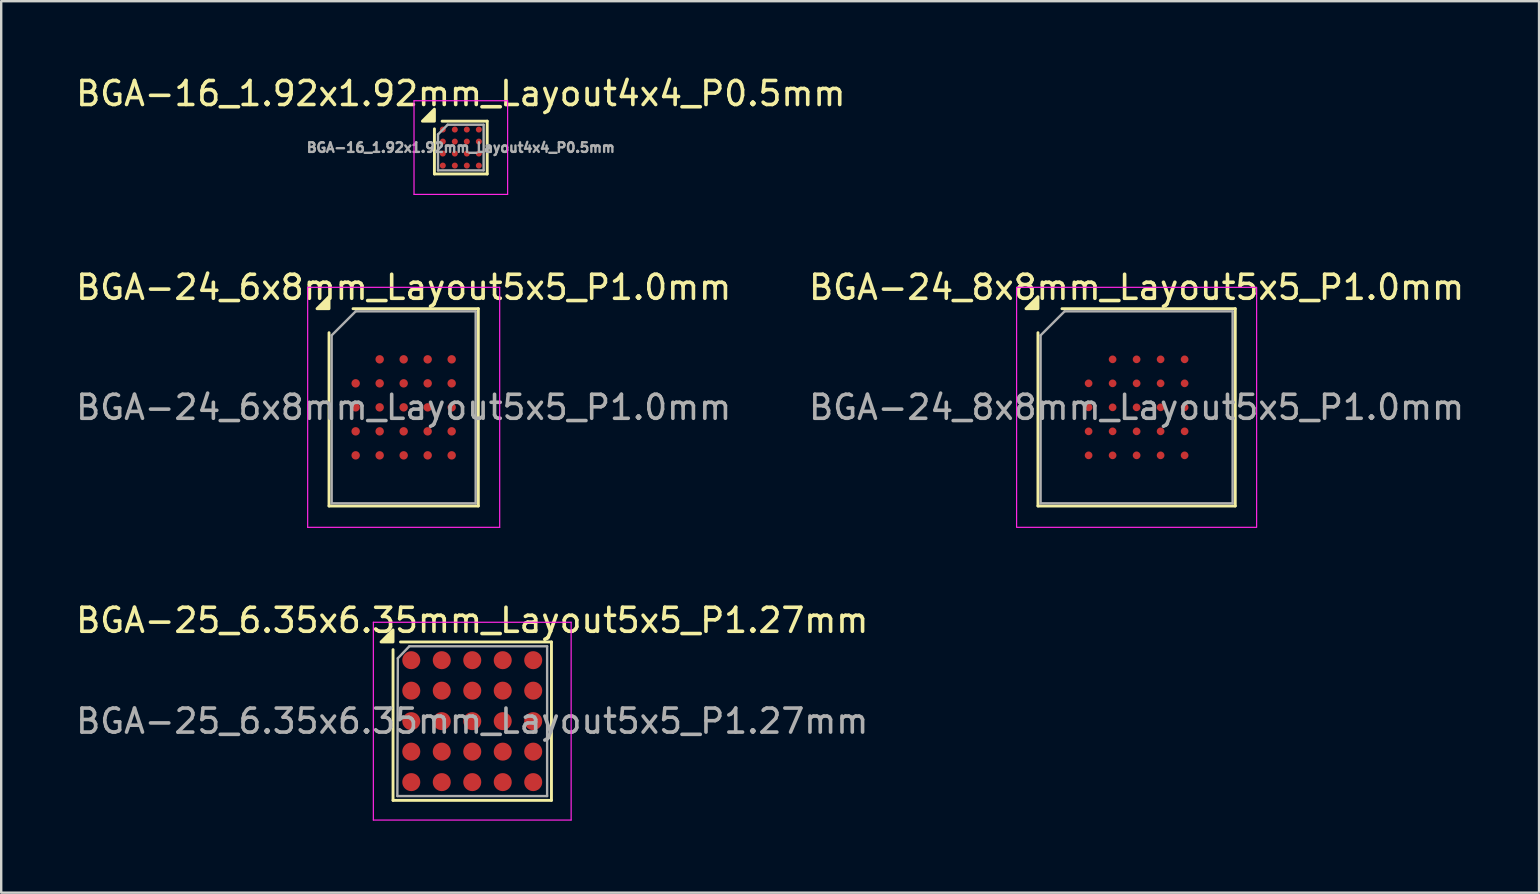
<source format=kicad_pcb>
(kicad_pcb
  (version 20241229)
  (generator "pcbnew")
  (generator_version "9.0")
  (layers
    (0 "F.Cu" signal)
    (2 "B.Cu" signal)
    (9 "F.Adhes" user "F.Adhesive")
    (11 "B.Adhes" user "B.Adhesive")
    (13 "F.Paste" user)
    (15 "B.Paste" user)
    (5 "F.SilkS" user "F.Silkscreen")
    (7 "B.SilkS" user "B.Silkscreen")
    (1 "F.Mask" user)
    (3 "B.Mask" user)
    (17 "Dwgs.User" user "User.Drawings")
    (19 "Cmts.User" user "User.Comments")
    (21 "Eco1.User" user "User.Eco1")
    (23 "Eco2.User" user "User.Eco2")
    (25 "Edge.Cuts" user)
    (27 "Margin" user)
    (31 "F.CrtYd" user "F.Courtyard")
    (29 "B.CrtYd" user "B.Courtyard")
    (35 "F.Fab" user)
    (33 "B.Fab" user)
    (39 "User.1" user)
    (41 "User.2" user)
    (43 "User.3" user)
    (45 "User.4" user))
  (footprint "BGA-25_6.35x6.35mm_Layout5x5_P1.27mm"
    (layer "F.Cu")
    (at 16.625 26.995)
    (property "Reference" "BGA-25_6.35x6.35mm_Layout5x5_P1.27mm" (at 0 -4.2 0) (layer "F.SilkS") (effects (font (size 1 1) (thickness 0.15))))
    (attr smd)
    (fp_line (start -3.3 3.3) (end -3.3 -2.98) (stroke (width 0.12) (type solid)) (layer "F.SilkS"))
    (fp_line (start -2.99 -3.3) (end 3.3 -3.3) (stroke (width 0.12) (type solid)) (layer "F.SilkS"))
    (fp_line (start 3.3 -3.3) (end 3.3 3.3) (stroke (width 0.12) (type solid)) (layer "F.SilkS"))
    (fp_line (start 3.3 3.3) (end -3.3 3.3) (stroke (width 0.12) (type solid)) (layer "F.SilkS"))
    (fp_poly (pts (xy -3.3 -3.3) (xy -3.8 -3.3) (xy -3.3 -3.8) (xy -3.3 -3.3)) (stroke (width 0.12) (type solid)) (fill yes) (layer "F.SilkS"))
    (fp_line (start -4.12 -4.12) (end -4.12 4.12) (stroke (width 0.05) (type solid)) (layer "F.CrtYd"))
    (fp_line (start -4.12 -4.12) (end 4.12 -4.12) (stroke (width 0.05) (type solid)) (layer "F.CrtYd"))
    (fp_line (start 4.12 4.12) (end -4.12 4.12) (stroke (width 0.05) (type solid)) (layer "F.CrtYd"))
    (fp_line (start 4.12 4.12) (end 4.12 -4.12) (stroke (width 0.05) (type solid)) (layer "F.CrtYd"))
    (fp_line (start -3.12 3.12) (end -3.1 -2.62) (stroke (width 0.1) (type solid)) (layer "F.Fab"))
    (fp_line (start -3.1 -2.62) (end -2.62 -3.12) (stroke (width 0.1) (type solid)) (layer "F.Fab"))
    (fp_line (start -2.62 -3.12) (end 3.12 -3.12) (stroke (width 0.1) (type solid)) (layer "F.Fab"))
    (fp_line (start 3.12 -3.12) (end 3.12 3.12) (stroke (width 0.1) (type solid)) (layer "F.Fab"))
    (fp_line (start 3.12 3.12) (end -3.12 3.12) (stroke (width 0.1) (type solid)) (layer "F.Fab"))
    (fp_text user "${REFERENCE}" (at 0 0 0) (layer "F.Fab") (effects (font (size 1 1) (thickness 0.15))))
    (pad "A1" smd circle (at -2.54 -2.54) (size 0.75 0.75) (property pad_prop_bga) (layers "F.Cu" "F.Mask" "F.Paste"))
    (pad "A2" smd circle (at -1.27 -2.54) (size 0.75 0.75) (property pad_prop_bga) (layers "F.Cu" "F.Mask" "F.Paste"))
    (pad "A3" smd circle (at 0 -2.54) (size 0.75 0.75) (property pad_prop_bga) (layers "F.Cu" "F.Mask" "F.Paste"))
    (pad "A4" smd circle (at 1.27 -2.54) (size 0.75 0.75) (property pad_prop_bga) (layers "F.Cu" "F.Mask" "F.Paste"))
    (pad "A5" smd circle (at 2.54 -2.54) (size 0.75 0.75) (property pad_prop_bga) (layers "F.Cu" "F.Mask" "F.Paste"))
    (pad "B1" smd circle (at -2.54 -1.27) (size 0.75 0.75) (property pad_prop_bga) (layers "F.Cu" "F.Mask" "F.Paste"))
    (pad "B2" smd circle (at -1.27 -1.27) (size 0.75 0.75) (property pad_prop_bga) (layers "F.Cu" "F.Mask" "F.Paste"))
    (pad "B3" smd circle (at 0 -1.27) (size 0.75 0.75) (property pad_prop_bga) (layers "F.Cu" "F.Mask" "F.Paste"))
    (pad "B4" smd circle (at 1.27 -1.27) (size 0.75 0.75) (property pad_prop_bga) (layers "F.Cu" "F.Mask" "F.Paste"))
    (pad "B5" smd circle (at 2.54 -1.27) (size 0.75 0.75) (property pad_prop_bga) (layers "F.Cu" "F.Mask" "F.Paste"))
    (pad "C1" smd circle (at -2.54 0) (size 0.75 0.75) (property pad_prop_bga) (layers "F.Cu" "F.Mask" "F.Paste"))
    (pad "C2" smd circle (at -1.27 0) (size 0.75 0.75) (property pad_prop_bga) (layers "F.Cu" "F.Mask" "F.Paste"))
    (pad "C3" smd circle (at 0 0) (size 0.75 0.75) (property pad_prop_bga) (layers "F.Cu" "F.Mask" "F.Paste"))
    (pad "C4" smd circle (at 1.27 0) (size 0.75 0.75) (property pad_prop_bga) (layers "F.Cu" "F.Mask" "F.Paste"))
    (pad "C5" smd circle (at 2.54 0) (size 0.75 0.75) (property pad_prop_bga) (layers "F.Cu" "F.Mask" "F.Paste"))
    (pad "D1" smd circle (at -2.54 1.27) (size 0.75 0.75) (property pad_prop_bga) (layers "F.Cu" "F.Mask" "F.Paste"))
    (pad "D2" smd circle (at -1.27 1.27) (size 0.75 0.75) (property pad_prop_bga) (layers "F.Cu" "F.Mask" "F.Paste"))
    (pad "D3" smd circle (at 0 1.27) (size 0.75 0.75) (property pad_prop_bga) (layers "F.Cu" "F.Mask" "F.Paste"))
    (pad "D4" smd circle (at 1.27 1.27) (size 0.75 0.75) (property pad_prop_bga) (layers "F.Cu" "F.Mask" "F.Paste"))
    (pad "D5" smd circle (at 2.54 1.27) (size 0.75 0.75) (property pad_prop_bga) (layers "F.Cu" "F.Mask" "F.Paste"))
    (pad "E1" smd circle (at -2.54 2.54) (size 0.75 0.75) (property pad_prop_bga) (layers "F.Cu" "F.Mask" "F.Paste"))
    (pad "E2" smd circle (at -1.27 2.54) (size 0.75 0.75) (property pad_prop_bga) (layers "F.Cu" "F.Mask" "F.Paste"))
    (pad "E3" smd circle (at 0 2.54) (size 0.75 0.75) (property pad_prop_bga) (layers "F.Cu" "F.Mask" "F.Paste"))
    (pad "E4" smd circle (at 1.27 2.54) (size 0.75 0.75) (property pad_prop_bga) (layers "F.Cu" "F.Mask" "F.Paste"))
    (pad "E5" smd circle (at 2.54 2.54) (size 0.75 0.75) (property pad_prop_bga) (layers "F.Cu" "F.Mask" "F.Paste")))
  (footprint "BGA-16_1.92x1.92mm_Layout4x4_P0.5mm"
    (layer "F.Cu")
    (at 16.149 3.098)
    (property "Reference" "BGA-16_1.92x1.92mm_Layout4x4_P0.5mm" (at 0 -2.25 0) (layer "F.SilkS") (effects (font (size 1 1) (thickness 0.15))))
    (attr smd)
    (fp_line (start -1.1 1.1) (end -1.1 -0.78) (stroke (width 0.12) (type solid)) (layer "F.SilkS"))
    (fp_line (start -0.78 -1.1) (end 1.1 -1.1) (stroke (width 0.12) (type solid)) (layer "F.SilkS"))
    (fp_line (start 1.1 -1.1) (end 1.1 1.1) (stroke (width 0.12) (type solid)) (layer "F.SilkS"))
    (fp_line (start 1.1 1.1) (end -1.1 1.1) (stroke (width 0.12) (type solid)) (layer "F.SilkS"))
    (fp_poly (pts (xy -1.1 -1.1) (xy -1.6 -1.1) (xy -1.1 -1.6) (xy -1.1 -1.1)) (stroke (width 0.12) (type solid)) (fill yes) (layer "F.SilkS"))
    (fp_line (start -1.95 -1.95) (end -1.95 1.95) (stroke (width 0.05) (type solid)) (layer "F.CrtYd"))
    (fp_line (start -1.95 -1.95) (end 1.95 -1.95) (stroke (width 0.05) (type solid)) (layer "F.CrtYd"))
    (fp_line (start 1.95 1.95) (end -1.95 1.95) (stroke (width 0.05) (type solid)) (layer "F.CrtYd"))
    (fp_line (start 1.95 1.95) (end 1.95 -1.95) (stroke (width 0.05) (type solid)) (layer "F.CrtYd"))
    (fp_line (start -0.95 -0.55) (end -0.55 -0.95) (stroke (width 0.1) (type solid)) (layer "F.Fab"))
    (fp_line (start -0.95 0.95) (end -0.95 -0.55) (stroke (width 0.1) (type solid)) (layer "F.Fab"))
    (fp_line (start -0.55 -0.95) (end 0.95 -0.95) (stroke (width 0.1) (type solid)) (layer "F.Fab"))
    (fp_line (start 0.95 -0.95) (end 0.95 0.95) (stroke (width 0.1) (type solid)) (layer "F.Fab"))
    (fp_line (start 0.95 0.95) (end -0.95 0.95) (stroke (width 0.1) (type solid)) (layer "F.Fab"))
    (fp_text user "${REFERENCE}" (at 0 0 0) (layer "F.Fab") (effects (font (size 0.4 0.4) (thickness 0.1))))
    (pad "A1" smd circle (at -0.75 -0.75) (size 0.25 0.25) (property pad_prop_bga) (layers "F.Cu" "F.Mask" "F.Paste"))
    (pad "A2" smd circle (at -0.25 -0.75) (size 0.25 0.25) (property pad_prop_bga) (layers "F.Cu" "F.Mask" "F.Paste"))
    (pad "A3" smd circle (at 0.25 -0.75) (size 0.25 0.25) (property pad_prop_bga) (layers "F.Cu" "F.Mask" "F.Paste"))
    (pad "A4" smd circle (at 0.75 -0.75) (size 0.25 0.25) (property pad_prop_bga) (layers "F.Cu" "F.Mask" "F.Paste"))
    (pad "B1" smd circle (at -0.75 -0.25) (size 0.25 0.25) (property pad_prop_bga) (layers "F.Cu" "F.Mask" "F.Paste"))
    (pad "B2" smd circle (at -0.25 -0.25) (size 0.25 0.25) (property pad_prop_bga) (layers "F.Cu" "F.Mask" "F.Paste"))
    (pad "B3" smd circle (at 0.25 -0.25) (size 0.25 0.25) (property pad_prop_bga) (layers "F.Cu" "F.Mask" "F.Paste"))
    (pad "B4" smd circle (at 0.75 -0.25) (size 0.25 0.25) (property pad_prop_bga) (layers "F.Cu" "F.Mask" "F.Paste"))
    (pad "C1" smd circle (at -0.75 0.25) (size 0.25 0.25) (property pad_prop_bga) (layers "F.Cu" "F.Mask" "F.Paste"))
    (pad "C2" smd circle (at -0.25 0.25) (size 0.25 0.25) (property pad_prop_bga) (layers "F.Cu" "F.Mask" "F.Paste"))
    (pad "C3" smd circle (at 0.25 0.25) (size 0.25 0.25) (property pad_prop_bga) (layers "F.Cu" "F.Mask" "F.Paste"))
    (pad "C4" smd circle (at 0.75 0.25) (size 0.25 0.25) (property pad_prop_bga) (layers "F.Cu" "F.Mask" "F.Paste"))
    (pad "D1" smd circle (at -0.75 0.75) (size 0.25 0.25) (property pad_prop_bga) (layers "F.Cu" "F.Mask" "F.Paste"))
    (pad "D2" smd circle (at -0.25 0.75) (size 0.25 0.25) (property pad_prop_bga) (layers "F.Cu" "F.Mask" "F.Paste"))
    (pad "D3" smd circle (at 0.25 0.75) (size 0.25 0.25) (property pad_prop_bga) (layers "F.Cu" "F.Mask" "F.Paste"))
    (pad "D4" smd circle (at 0.75 0.75) (size 0.25 0.25) (property pad_prop_bga) (layers "F.Cu" "F.Mask" "F.Paste")))
  (footprint "BGA-24_6x8mm_Layout5x5_P1.0mm"
    (layer "F.Cu")
    (at 13.768 13.921)
    (property "Reference" "BGA-24_6x8mm_Layout5x5_P1.0mm" (at 0 -5 0) (layer "F.SilkS") (effects (font (size 1 1) (thickness 0.15))))
    (attr smd)
    (fp_line (start -3.11 4.11) (end -3.11 -3.11) (stroke (width 0.12) (type solid)) (layer "F.SilkS"))
    (fp_line (start -2.11 -4.11) (end 3.11 -4.11) (stroke (width 0.12) (type solid)) (layer "F.SilkS"))
    (fp_line (start 3.11 -4.11) (end 3.11 4.11) (stroke (width 0.12) (type solid)) (layer "F.SilkS"))
    (fp_line (start 3.11 4.11) (end -3.11 4.11) (stroke (width 0.12) (type solid)) (layer "F.SilkS"))
    (fp_poly (pts (xy -3.11 -4.11) (xy -3.61 -4.11) (xy -3.11 -4.61) (xy -3.11 -4.11)) (stroke (width 0.12) (type solid)) (fill yes) (layer "F.SilkS"))
    (fp_line (start -4 -5) (end -4 5) (stroke (width 0.05) (type solid)) (layer "F.CrtYd"))
    (fp_line (start -4 5) (end 4 5) (stroke (width 0.05) (type solid)) (layer "F.CrtYd"))
    (fp_line (start 4 -5) (end -4 -5) (stroke (width 0.05) (type solid)) (layer "F.CrtYd"))
    (fp_line (start 4 5) (end 4 -5) (stroke (width 0.05) (type solid)) (layer "F.CrtYd"))
    (fp_line (start -3 -3) (end -2 -4) (stroke (width 0.1) (type solid)) (layer "F.Fab"))
    (fp_line (start -3 4) (end -3 -3) (stroke (width 0.1) (type solid)) (layer "F.Fab"))
    (fp_line (start -2 -4) (end 3 -4) (stroke (width 0.1) (type solid)) (layer "F.Fab"))
    (fp_line (start 3 -4) (end 3 4) (stroke (width 0.1) (type solid)) (layer "F.Fab"))
    (fp_line (start 3 4) (end -3 4) (stroke (width 0.1) (type solid)) (layer "F.Fab"))
    (fp_text user "${REFERENCE}" (at 0 0 0) (layer "F.Fab") (effects (font (size 1 1) (thickness 0.15))))
    (pad "A2" smd circle (at -1 -2) (size 0.35 0.35) (property pad_prop_bga) (layers "F.Cu" "F.Mask" "F.Paste"))
    (pad "A3" smd circle (at 0 -2) (size 0.35 0.35) (property pad_prop_bga) (layers "F.Cu" "F.Mask" "F.Paste"))
    (pad "A4" smd circle (at 1 -2) (size 0.35 0.35) (property pad_prop_bga) (layers "F.Cu" "F.Mask" "F.Paste"))
    (pad "A5" smd circle (at 2 -2) (size 0.35 0.35) (property pad_prop_bga) (layers "F.Cu" "F.Mask" "F.Paste"))
    (pad "B1" smd circle (at -2 -1) (size 0.35 0.35) (property pad_prop_bga) (layers "F.Cu" "F.Mask" "F.Paste"))
    (pad "B2" smd circle (at -1 -1) (size 0.35 0.35) (property pad_prop_bga) (layers "F.Cu" "F.Mask" "F.Paste"))
    (pad "B3" smd circle (at 0 -1) (size 0.35 0.35) (property pad_prop_bga) (layers "F.Cu" "F.Mask" "F.Paste"))
    (pad "B4" smd circle (at 1 -1) (size 0.35 0.35) (property pad_prop_bga) (layers "F.Cu" "F.Mask" "F.Paste"))
    (pad "B5" smd circle (at 2 -1) (size 0.35 0.35) (property pad_prop_bga) (layers "F.Cu" "F.Mask" "F.Paste"))
    (pad "C1" smd circle (at -2 0) (size 0.35 0.35) (property pad_prop_bga) (layers "F.Cu" "F.Mask" "F.Paste"))
    (pad "C2" smd circle (at -1 0) (size 0.35 0.35) (property pad_prop_bga) (layers "F.Cu" "F.Mask" "F.Paste"))
    (pad "C3" smd circle (at 0 0) (size 0.35 0.35) (property pad_prop_bga) (layers "F.Cu" "F.Mask" "F.Paste"))
    (pad "C4" smd circle (at 1 0) (size 0.35 0.35) (property pad_prop_bga) (layers "F.Cu" "F.Mask" "F.Paste"))
    (pad "C5" smd circle (at 2 0) (size 0.35 0.35) (property pad_prop_bga) (layers "F.Cu" "F.Mask" "F.Paste"))
    (pad "D1" smd circle (at -2 1) (size 0.35 0.35) (property pad_prop_bga) (layers "F.Cu" "F.Mask" "F.Paste"))
    (pad "D2" smd circle (at -1 1) (size 0.35 0.35) (property pad_prop_bga) (layers "F.Cu" "F.Mask" "F.Paste"))
    (pad "D3" smd circle (at 0 1) (size 0.35 0.35) (property pad_prop_bga) (layers "F.Cu" "F.Mask" "F.Paste"))
    (pad "D4" smd circle (at 1 1) (size 0.35 0.35) (property pad_prop_bga) (layers "F.Cu" "F.Mask" "F.Paste"))
    (pad "D5" smd circle (at 2 1) (size 0.35 0.35) (property pad_prop_bga) (layers "F.Cu" "F.Mask" "F.Paste"))
    (pad "E1" smd circle (at -2 2) (size 0.35 0.35) (property pad_prop_bga) (layers "F.Cu" "F.Mask" "F.Paste"))
    (pad "E2" smd circle (at -1 2) (size 0.35 0.35) (property pad_prop_bga) (layers "F.Cu" "F.Mask" "F.Paste"))
    (pad "E3" smd circle (at 0 2) (size 0.35 0.35) (property pad_prop_bga) (layers "F.Cu" "F.Mask" "F.Paste"))
    (pad "E4" smd circle (at 1 2) (size 0.35 0.35) (property pad_prop_bga) (layers "F.Cu" "F.Mask" "F.Paste"))
    (pad "E5" smd circle (at 2 2) (size 0.35 0.35) (property pad_prop_bga) (layers "F.Cu" "F.Mask" "F.Paste")))
  (footprint "BGA-24_8x8mm_Layout5x5_P1.0mm"
    (layer "F.Cu")
    (at 44.304 13.921)
    (property "Reference" "BGA-24_8x8mm_Layout5x5_P1.0mm" (at 0 -5 0) (layer "F.SilkS") (effects (font (size 1 1) (thickness 0.15))))
    (attr smd)
    (fp_line (start -4.11 4.11) (end -4.11 -3.11) (stroke (width 0.12) (type solid)) (layer "F.SilkS"))
    (fp_line (start -3.11 -4.11) (end 4.11 -4.11) (stroke (width 0.12) (type solid)) (layer "F.SilkS"))
    (fp_line (start 4.11 -4.11) (end 4.11 4.11) (stroke (width 0.12) (type solid)) (layer "F.SilkS"))
    (fp_line (start 4.11 4.11) (end -4.11 4.11) (stroke (width 0.12) (type solid)) (layer "F.SilkS"))
    (fp_poly (pts (xy -4.11 -4.11) (xy -4.61 -4.11) (xy -4.11 -4.61)) (stroke (width 0.12) (type solid)) (fill yes) (layer "F.SilkS"))
    (fp_rect (start -5 -5) (end 5 5) (stroke (width 0.05) (type solid)) (fill no) (layer "F.CrtYd"))
    (fp_line (start -4 -3) (end -3 -4) (stroke (width 0.1) (type solid)) (layer "F.Fab"))
    (fp_line (start -4 4) (end -4 -3) (stroke (width 0.1) (type solid)) (layer "F.Fab"))
    (fp_line (start -3 -4) (end 4 -4) (stroke (width 0.1) (type solid)) (layer "F.Fab"))
    (fp_line (start 4 -4) (end 4 4) (stroke (width 0.1) (type solid)) (layer "F.Fab"))
    (fp_line (start 4 4) (end -4 4) (stroke (width 0.1) (type solid)) (layer "F.Fab"))
    (fp_text user "${REFERENCE}" (at 0 0 0) (layer "F.Fab") (effects (font (size 1 1) (thickness 0.15))))
    (pad "A2" smd circle (at -1 -2) (size 0.32 0.32) (property pad_prop_bga) (layers "F.Cu" "F.Mask" "F.Paste"))
    (pad "A3" smd circle (at 0 -2) (size 0.32 0.32) (property pad_prop_bga) (layers "F.Cu" "F.Mask" "F.Paste"))
    (pad "A4" smd circle (at 1 -2) (size 0.32 0.32) (property pad_prop_bga) (layers "F.Cu" "F.Mask" "F.Paste"))
    (pad "A5" smd circle (at 2 -2) (size 0.32 0.32) (property pad_prop_bga) (layers "F.Cu" "F.Mask" "F.Paste"))
    (pad "B1" smd circle (at -2 -1) (size 0.32 0.32) (property pad_prop_bga) (layers "F.Cu" "F.Mask" "F.Paste"))
    (pad "B2" smd circle (at -1 -1) (size 0.32 0.32) (property pad_prop_bga) (layers "F.Cu" "F.Mask" "F.Paste"))
    (pad "B3" smd circle (at 0 -1) (size 0.32 0.32) (property pad_prop_bga) (layers "F.Cu" "F.Mask" "F.Paste"))
    (pad "B4" smd circle (at 1 -1) (size 0.32 0.32) (property pad_prop_bga) (layers "F.Cu" "F.Mask" "F.Paste"))
    (pad "B5" smd circle (at 2 -1) (size 0.32 0.32) (property pad_prop_bga) (layers "F.Cu" "F.Mask" "F.Paste"))
    (pad "C1" smd circle (at -2 0) (size 0.32 0.32) (property pad_prop_bga) (layers "F.Cu" "F.Mask" "F.Paste"))
    (pad "C2" smd circle (at -1 0) (size 0.32 0.32) (property pad_prop_bga) (layers "F.Cu" "F.Mask" "F.Paste"))
    (pad "C3" smd circle (at 0 0) (size 0.32 0.32) (property pad_prop_bga) (layers "F.Cu" "F.Mask" "F.Paste"))
    (pad "C4" smd circle (at 1 0) (size 0.32 0.32) (property pad_prop_bga) (layers "F.Cu" "F.Mask" "F.Paste"))
    (pad "C5" smd circle (at 2 0) (size 0.32 0.32) (property pad_prop_bga) (layers "F.Cu" "F.Mask" "F.Paste"))
    (pad "D1" smd circle (at -2 1) (size 0.32 0.32) (property pad_prop_bga) (layers "F.Cu" "F.Mask" "F.Paste"))
    (pad "D2" smd circle (at -1 1) (size 0.32 0.32) (property pad_prop_bga) (layers "F.Cu" "F.Mask" "F.Paste"))
    (pad "D3" smd circle (at 0 1) (size 0.32 0.32) (property pad_prop_bga) (layers "F.Cu" "F.Mask" "F.Paste"))
    (pad "D4" smd circle (at 1 1) (size 0.32 0.32) (property pad_prop_bga) (layers "F.Cu" "F.Mask" "F.Paste"))
    (pad "D5" smd circle (at 2 1) (size 0.32 0.32) (property pad_prop_bga) (layers "F.Cu" "F.Mask" "F.Paste"))
    (pad "E1" smd circle (at -2 2) (size 0.32 0.32) (property pad_prop_bga) (layers "F.Cu" "F.Mask" "F.Paste"))
    (pad "E2" smd circle (at -1 2) (size 0.32 0.32) (property pad_prop_bga) (layers "F.Cu" "F.Mask" "F.Paste"))
    (pad "E3" smd circle (at 0 2) (size 0.32 0.32) (property pad_prop_bga) (layers "F.Cu" "F.Mask" "F.Paste"))
    (pad "E4" smd circle (at 1 2) (size 0.32 0.32) (property pad_prop_bga) (layers "F.Cu" "F.Mask" "F.Paste"))
    (pad "E5" smd circle (at 2 2) (size 0.32 0.32) (property pad_prop_bga) (layers "F.Cu" "F.Mask" "F.Paste")))
  (gr_rect
    (start -3 -3)
    (end 61.071 34.14)
    (stroke (width 0.1) (type default))
    (fill no)
    (layer "Edge.Cuts")))
</source>
